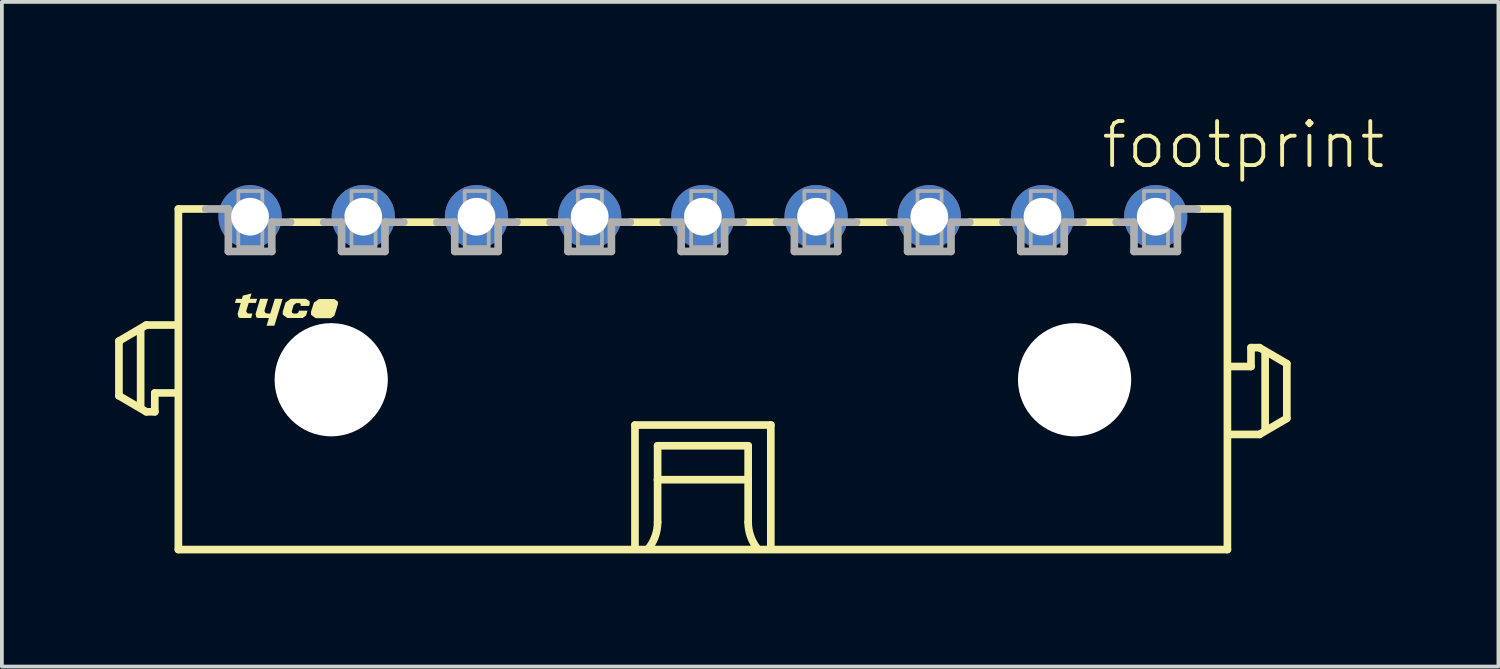
<source format=kicad_pcb>
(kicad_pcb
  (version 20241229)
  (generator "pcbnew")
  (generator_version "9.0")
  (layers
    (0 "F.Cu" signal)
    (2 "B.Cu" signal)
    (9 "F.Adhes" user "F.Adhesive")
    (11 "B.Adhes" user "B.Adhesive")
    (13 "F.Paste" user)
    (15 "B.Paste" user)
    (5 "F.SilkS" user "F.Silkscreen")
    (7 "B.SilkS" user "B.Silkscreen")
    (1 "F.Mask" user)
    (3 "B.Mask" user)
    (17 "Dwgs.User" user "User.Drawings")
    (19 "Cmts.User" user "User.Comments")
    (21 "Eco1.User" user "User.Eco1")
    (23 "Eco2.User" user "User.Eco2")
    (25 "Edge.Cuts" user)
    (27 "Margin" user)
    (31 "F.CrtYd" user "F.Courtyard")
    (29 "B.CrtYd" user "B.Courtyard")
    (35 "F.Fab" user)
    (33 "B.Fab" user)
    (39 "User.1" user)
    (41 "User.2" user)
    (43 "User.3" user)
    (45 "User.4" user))
  (footprint "footprint"
    (layer "F.Cu")
    (at 15.577 7.013)
    (property "Reference" "footprint" (at 10.5 -5.54 0) (layer "F.SilkS") (effects (font (size 1.168 1.168) (thickness 0.102)) (justify left bottom)))
    (fp_line (start -15.475 -1.025) (end -15.475 0.425) (stroke (width 0.203) (type solid)) (layer "F.SilkS"))
    (fp_line (start -15.475 0.425) (end -14.75 0.85) (stroke (width 0.203) (type solid)) (layer "F.SilkS"))
    (fp_line (start -14.9 0.7) (end -14.9 -1.3) (stroke (width 0.203) (type solid)) (layer "F.SilkS"))
    (fp_line (start -14.75 -1.45) (end -15.475 -1.025) (stroke (width 0.203) (type solid)) (layer "F.SilkS"))
    (fp_line (start -14.75 0.85) (end -14.525 0.85) (stroke (width 0.203) (type solid)) (layer "F.SilkS"))
    (fp_line (start -14.525 0.35) (end -14 0.35) (stroke (width 0.203) (type solid)) (layer "F.SilkS"))
    (fp_line (start -14.525 0.85) (end -14.525 0.35) (stroke (width 0.203) (type solid)) (layer "F.SilkS"))
    (fp_line (start -14 -1.45) (end -14.75 -1.45) (stroke (width 0.203) (type solid)) (layer "F.SilkS"))
    (fp_line (start -13.9 -4.525) (end -13.9 4.5) (stroke (width 0.203) (type solid)) (layer "F.SilkS"))
    (fp_line (start -13.9 -4.525) (end -13.175 -4.525) (stroke (width 0.203) (type solid)) (layer "F.SilkS"))
    (fp_line (start -13.9 4.5) (end 13.9 4.5) (stroke (width 0.203) (type solid)) (layer "F.SilkS"))
    (fp_line (start -10.05 -4.175) (end -10.925 -4.175) (stroke (width 0.203) (type solid)) (layer "F.SilkS"))
    (fp_line (start -7.05 -4.175) (end -7.925 -4.175) (stroke (width 0.203) (type solid)) (layer "F.SilkS"))
    (fp_line (start -4.05 -4.175) (end -4.925 -4.175) (stroke (width 0.203) (type solid)) (layer "F.SilkS"))
    (fp_line (start -1.8 1.2) (end 1.8 1.2) (stroke (width 0.203) (type solid)) (layer "F.SilkS"))
    (fp_line (start -1.8 4.4) (end -1.8 1.2) (stroke (width 0.203) (type solid)) (layer "F.SilkS"))
    (fp_line (start -1.2 1.75) (end -1.2 2.65) (stroke (width 0.203) (type solid)) (layer "F.SilkS"))
    (fp_line (start -1.2 2.65) (end -1.2 3.775) (stroke (width 0.203) (type solid)) (layer "F.SilkS"))
    (fp_line (start -1.2 2.65) (end 1.2 2.65) (stroke (width 0.203) (type solid)) (layer "F.SilkS"))
    (fp_line (start -1.05 -4.175) (end -1.925 -4.175) (stroke (width 0.203) (type solid)) (layer "F.SilkS"))
    (fp_line (start 1.2 1.75) (end -1.2 1.75) (stroke (width 0.203) (type solid)) (layer "F.SilkS"))
    (fp_line (start 1.2 2.65) (end 1.2 1.75) (stroke (width 0.203) (type solid)) (layer "F.SilkS"))
    (fp_line (start 1.2 2.65) (end 1.2 3.775) (stroke (width 0.203) (type solid)) (layer "F.SilkS"))
    (fp_line (start 1.8 1.2) (end 1.8 4.4) (stroke (width 0.203) (type solid)) (layer "F.SilkS"))
    (fp_line (start 1.95 -4.175) (end 1.075 -4.175) (stroke (width 0.203) (type solid)) (layer "F.SilkS"))
    (fp_line (start 4.95 -4.175) (end 4.075 -4.175) (stroke (width 0.203) (type solid)) (layer "F.SilkS"))
    (fp_line (start 7.95 -4.175) (end 7.075 -4.175) (stroke (width 0.203) (type solid)) (layer "F.SilkS"))
    (fp_line (start 10.95 -4.175) (end 10.075 -4.175) (stroke (width 0.203) (type solid)) (layer "F.SilkS"))
    (fp_line (start 13.9 -4.525) (end 13.1 -4.525) (stroke (width 0.203) (type solid)) (layer "F.SilkS"))
    (fp_line (start 13.9 4.5) (end 13.9 -4.525) (stroke (width 0.203) (type solid)) (layer "F.SilkS"))
    (fp_line (start 14 1.45) (end 14.75 1.45) (stroke (width 0.203) (type solid)) (layer "F.SilkS"))
    (fp_line (start 14.525 -0.85) (end 14.525 -0.35) (stroke (width 0.203) (type solid)) (layer "F.SilkS"))
    (fp_line (start 14.525 -0.35) (end 14 -0.35) (stroke (width 0.203) (type solid)) (layer "F.SilkS"))
    (fp_line (start 14.75 -0.85) (end 14.525 -0.85) (stroke (width 0.203) (type solid)) (layer "F.SilkS"))
    (fp_line (start 14.75 1.45) (end 15.475 1.025) (stroke (width 0.203) (type solid)) (layer "F.SilkS"))
    (fp_line (start 14.9 1.3) (end 14.9 -0.7) (stroke (width 0.203) (type solid)) (layer "F.SilkS"))
    (fp_line (start 15.475 -0.425) (end 14.75 -0.85) (stroke (width 0.203) (type solid)) (layer "F.SilkS"))
    (fp_line (start 15.475 1.025) (end 15.475 -0.425) (stroke (width 0.203) (type solid)) (layer "F.SilkS"))
    (fp_arc (start -1.2 3.775) (mid -1.257731 4.130756) (end -1.425 4.449999) (stroke (width 0.2032) (type solid)) (layer "F.SilkS"))
    (fp_arc (start 1.425 4.449999) (mid 1.257732 4.130756) (end 1.2 3.775) (stroke (width 0.2032) (type solid)) (layer "F.SilkS"))
    (fp_poly (pts (xy -11.615 -1.844) (xy -11.613 -1.799) (xy -11.585 -1.764) (xy -11.539 -1.755) (xy -11.464 -1.755) (xy -11.344 -2.145) (xy -11.138 -2.145) (xy -11.356 -1.43) (xy -11.562 -1.43) (xy -11.502 -1.635) (xy -11.78 -1.635) (xy -11.78 -1.645) (xy -11.785 -1.645) (xy -11.785 -1.64) (xy -11.787 -1.635) (xy -11.833 -1.651) (xy -11.855 -1.74) (xy -11.734 -2.145) (xy -11.523 -2.145)) (stroke (width 0) (type solid)) (fill yes) (layer "F.SilkS"))
    (fp_poly (pts (xy -12.003 -2.145) (xy -11.813 -2.145) (xy -11.846 -2.035) (xy -12.036 -2.035) (xy -12.104 -1.811) (xy -12.062 -1.755) (xy -11.938 -1.755) (xy -11.971 -1.635) (xy -12.25 -1.635) (xy -12.25 -1.645) (xy -12.255 -1.645) (xy -12.255 -1.64) (xy -12.257 -1.635) (xy -12.307 -1.653) (xy -12.33 -1.75) (xy -12.247 -2.035) (xy -12.402 -2.035) (xy -12.369 -2.145) (xy -12.214 -2.145) (xy -12.192 -2.229) (xy -11.963 -2.287)) (stroke (width 0) (type solid)) (fill yes) (layer "F.SilkS"))
    (fp_poly (pts (xy -9.671 -2.069) (xy -9.67 -2.005) (xy -9.67 -2.004) (xy -9.723 -1.83) (xy -9.723 -1.83) (xy -9.725 -1.823) (xy -9.726 -1.82) (xy -9.726 -1.82) (xy -9.766 -1.697) (xy -9.858 -1.63) (xy -10.262 -1.63) (xy -10.384 -1.72) (xy -10.385 -1.8) (xy -10.385 -1.801) (xy -10.309 -2.043) (xy -10.173 -2.139) (xy -10.17 -2.135) (xy -10.17 -2.13) (xy -10.165 -2.13) (xy -10.165 -2.14) (xy -9.768 -2.14)) (stroke (width 0) (type solid)) (fill yes) (layer "F.SilkS"))
    (fp_poly (pts (xy -10.421 -2.074) (xy -10.42 -2.01) (xy -10.42 -2.009) (xy -10.436 -1.955) (xy -10.667 -1.955) (xy -10.66 -1.976) (xy -10.658 -2.001) (xy -10.672 -2.022) (xy -10.696 -2.03) (xy -10.778 -2.03) (xy -10.846 -1.977) (xy -10.895 -1.81) (xy -10.888 -1.772) (xy -10.854 -1.755) (xy -10.762 -1.755) (xy -10.719 -1.783) (xy -10.704 -1.83) (xy -10.478 -1.83) (xy -10.516 -1.702) (xy -10.608 -1.635) (xy -11.012 -1.635) (xy -11.134 -1.725) (xy -11.135 -1.805) (xy -11.135 -1.806) (xy -11.059 -2.048) (xy -10.923 -2.144) (xy -10.92 -2.14) (xy -10.92 -2.135) (xy -10.915 -2.135) (xy -10.915 -2.145) (xy -10.518 -2.145)) (stroke (width 0) (type solid)) (fill yes) (layer "F.SilkS"))
    (fp_line (start -12.575 -4.525) (end -13.175 -4.525) (stroke (width 0.203) (type solid)) (layer "F.Fab"))
    (fp_line (start -12.575 -3.4) (end -12.575 -4.525) (stroke (width 0.203) (type solid)) (layer "F.Fab"))
    (fp_line (start -11.425 -4.175) (end -11.425 -3.4) (stroke (width 0.203) (type solid)) (layer "F.Fab"))
    (fp_line (start -11.425 -3.4) (end -12.575 -3.4) (stroke (width 0.203) (type solid)) (layer "F.Fab"))
    (fp_line (start -10.925 -4.175) (end -11.425 -4.175) (stroke (width 0.203) (type solid)) (layer "F.Fab"))
    (fp_line (start -9.575 -4.175) (end -10.05 -4.175) (stroke (width 0.203) (type solid)) (layer "F.Fab"))
    (fp_line (start -9.575 -3.4) (end -9.575 -4.175) (stroke (width 0.203) (type solid)) (layer "F.Fab"))
    (fp_line (start -8.425 -4.175) (end -8.425 -3.4) (stroke (width 0.203) (type solid)) (layer "F.Fab"))
    (fp_line (start -8.425 -3.4) (end -9.575 -3.4) (stroke (width 0.203) (type solid)) (layer "F.Fab"))
    (fp_line (start -7.925 -4.175) (end -8.425 -4.175) (stroke (width 0.203) (type solid)) (layer "F.Fab"))
    (fp_line (start -6.575 -4.175) (end -7.05 -4.175) (stroke (width 0.203) (type solid)) (layer "F.Fab"))
    (fp_line (start -6.575 -3.4) (end -6.575 -4.175) (stroke (width 0.203) (type solid)) (layer "F.Fab"))
    (fp_line (start -5.425 -4.175) (end -5.425 -3.4) (stroke (width 0.203) (type solid)) (layer "F.Fab"))
    (fp_line (start -5.425 -3.4) (end -6.575 -3.4) (stroke (width 0.203) (type solid)) (layer "F.Fab"))
    (fp_line (start -4.925 -4.175) (end -5.425 -4.175) (stroke (width 0.203) (type solid)) (layer "F.Fab"))
    (fp_line (start -3.575 -4.175) (end -4.05 -4.175) (stroke (width 0.203) (type solid)) (layer "F.Fab"))
    (fp_line (start -3.575 -3.4) (end -3.575 -4.175) (stroke (width 0.203) (type solid)) (layer "F.Fab"))
    (fp_line (start -2.425 -4.175) (end -2.425 -3.4) (stroke (width 0.203) (type solid)) (layer "F.Fab"))
    (fp_line (start -2.425 -3.4) (end -3.575 -3.4) (stroke (width 0.203) (type solid)) (layer "F.Fab"))
    (fp_line (start -1.925 -4.175) (end -2.425 -4.175) (stroke (width 0.203) (type solid)) (layer "F.Fab"))
    (fp_line (start -0.575 -4.175) (end -1.05 -4.175) (stroke (width 0.203) (type solid)) (layer "F.Fab"))
    (fp_line (start -0.575 -3.4) (end -0.575 -4.175) (stroke (width 0.203) (type solid)) (layer "F.Fab"))
    (fp_line (start 0.575 -4.175) (end 0.575 -3.4) (stroke (width 0.203) (type solid)) (layer "F.Fab"))
    (fp_line (start 0.575 -3.4) (end -0.575 -3.4) (stroke (width 0.203) (type solid)) (layer "F.Fab"))
    (fp_line (start 1.075 -4.175) (end 0.575 -4.175) (stroke (width 0.203) (type solid)) (layer "F.Fab"))
    (fp_line (start 2.425 -4.175) (end 1.95 -4.175) (stroke (width 0.203) (type solid)) (layer "F.Fab"))
    (fp_line (start 2.425 -3.4) (end 2.425 -4.175) (stroke (width 0.203) (type solid)) (layer "F.Fab"))
    (fp_line (start 3.575 -4.175) (end 3.575 -3.4) (stroke (width 0.203) (type solid)) (layer "F.Fab"))
    (fp_line (start 3.575 -3.4) (end 2.425 -3.4) (stroke (width 0.203) (type solid)) (layer "F.Fab"))
    (fp_line (start 4.075 -4.175) (end 3.575 -4.175) (stroke (width 0.203) (type solid)) (layer "F.Fab"))
    (fp_line (start 5.425 -4.175) (end 4.95 -4.175) (stroke (width 0.203) (type solid)) (layer "F.Fab"))
    (fp_line (start 5.425 -3.4) (end 5.425 -4.175) (stroke (width 0.203) (type solid)) (layer "F.Fab"))
    (fp_line (start 6.575 -4.175) (end 6.575 -3.4) (stroke (width 0.203) (type solid)) (layer "F.Fab"))
    (fp_line (start 6.575 -3.4) (end 5.425 -3.4) (stroke (width 0.203) (type solid)) (layer "F.Fab"))
    (fp_line (start 7.075 -4.175) (end 6.575 -4.175) (stroke (width 0.203) (type solid)) (layer "F.Fab"))
    (fp_line (start 8.425 -4.175) (end 7.95 -4.175) (stroke (width 0.203) (type solid)) (layer "F.Fab"))
    (fp_line (start 8.425 -3.4) (end 8.425 -4.175) (stroke (width 0.203) (type solid)) (layer "F.Fab"))
    (fp_line (start 9.575 -4.175) (end 9.575 -3.4) (stroke (width 0.203) (type solid)) (layer "F.Fab"))
    (fp_line (start 9.575 -3.4) (end 8.425 -3.4) (stroke (width 0.203) (type solid)) (layer "F.Fab"))
    (fp_line (start 10.075 -4.175) (end 9.575 -4.175) (stroke (width 0.203) (type solid)) (layer "F.Fab"))
    (fp_line (start 11.425 -4.175) (end 10.95 -4.175) (stroke (width 0.203) (type solid)) (layer "F.Fab"))
    (fp_line (start 11.425 -3.4) (end 11.425 -4.175) (stroke (width 0.203) (type solid)) (layer "F.Fab"))
    (fp_line (start 12.575 -4.525) (end 12.575 -3.4) (stroke (width 0.203) (type solid)) (layer "F.Fab"))
    (fp_line (start 12.575 -3.4) (end 11.425 -3.4) (stroke (width 0.203) (type solid)) (layer "F.Fab"))
    (fp_line (start 13.1 -4.525) (end 12.575 -4.525) (stroke (width 0.203) (type solid)) (layer "F.Fab"))
    (fp_poly (pts (xy -12.312 -3.513) (xy -11.675 -3.513) (xy -11.675 -5) (xy -12.312 -5)) (stroke (width 0.1) (type solid)) (fill no) (layer "F.Fab"))
    (fp_poly (pts (xy -9.312 -3.513) (xy -8.675 -3.513) (xy -8.675 -5) (xy -9.312 -5)) (stroke (width 0.1) (type solid)) (fill no) (layer "F.Fab"))
    (fp_poly (pts (xy -6.312 -3.513) (xy -5.675 -3.513) (xy -5.675 -5) (xy -6.312 -5)) (stroke (width 0.1) (type solid)) (fill no) (layer "F.Fab"))
    (fp_poly (pts (xy -3.312 -3.513) (xy -2.675 -3.513) (xy -2.675 -5) (xy -3.312 -5)) (stroke (width 0.1) (type solid)) (fill no) (layer "F.Fab"))
    (fp_poly (pts (xy -0.312 -3.513) (xy 0.325 -3.513) (xy 0.325 -5) (xy -0.312 -5)) (stroke (width 0.1) (type solid)) (fill no) (layer "F.Fab"))
    (fp_poly (pts (xy 2.688 -3.513) (xy 3.325 -3.513) (xy 3.325 -5) (xy 2.688 -5)) (stroke (width 0.1) (type solid)) (fill no) (layer "F.Fab"))
    (fp_poly (pts (xy 5.688 -3.513) (xy 6.325 -3.513) (xy 6.325 -5) (xy 5.688 -5)) (stroke (width 0.1) (type solid)) (fill no) (layer "F.Fab"))
    (fp_poly (pts (xy 8.688 -3.513) (xy 9.325 -3.513) (xy 9.325 -5) (xy 8.688 -5)) (stroke (width 0.1) (type solid)) (fill no) (layer "F.Fab"))
    (fp_poly (pts (xy 11.688 -3.513) (xy 12.325 -3.513) (xy 12.325 -5) (xy 11.688 -5)) (stroke (width 0.1) (type solid)) (fill no) (layer "F.Fab"))
    (pad "" np_thru_hole circle (at -9.85 0) (size 3 3) (drill 3) (layers "*.Cu" "*.Mask"))
    (pad "" np_thru_hole circle (at 9.85 0) (size 3 3) (drill 3) (layers "*.Cu" "*.Mask"))
    (pad "1" thru_hole circle (at 12 -4.32) (size 1.676 1.676) (drill 1) (layers "*.Cu" "*.Mask"))
    (pad "2" thru_hole circle (at 9 -4.32) (size 1.676 1.676) (drill 1) (layers "*.Cu" "*.Mask"))
    (pad "3" thru_hole circle (at 6 -4.32) (size 1.676 1.676) (drill 1) (layers "*.Cu" "*.Mask"))
    (pad "4" thru_hole circle (at 3 -4.32) (size 1.676 1.676) (drill 1) (layers "*.Cu" "*.Mask"))
    (pad "5" thru_hole circle (at 0 -4.32) (size 1.676 1.676) (drill 1) (layers "*.Cu" "*.Mask"))
    (pad "6" thru_hole circle (at -3 -4.32) (size 1.676 1.676) (drill 1) (layers "*.Cu" "*.Mask"))
    (pad "7" thru_hole circle (at -6 -4.32) (size 1.676 1.676) (drill 1) (layers "*.Cu" "*.Mask"))
    (pad "8" thru_hole circle (at -9 -4.32) (size 1.676 1.676) (drill 1) (layers "*.Cu" "*.Mask"))
    (pad "9" thru_hole circle (at -12 -4.32) (size 1.676 1.676) (drill 1) (layers "*.Cu" "*.Mask")))
  (gr_rect
    (start -3 -3)
    (end 36.659 14.615)
    (stroke (width 0.1) (type default))
    (fill no)
    (layer "Edge.Cuts")))
</source>
